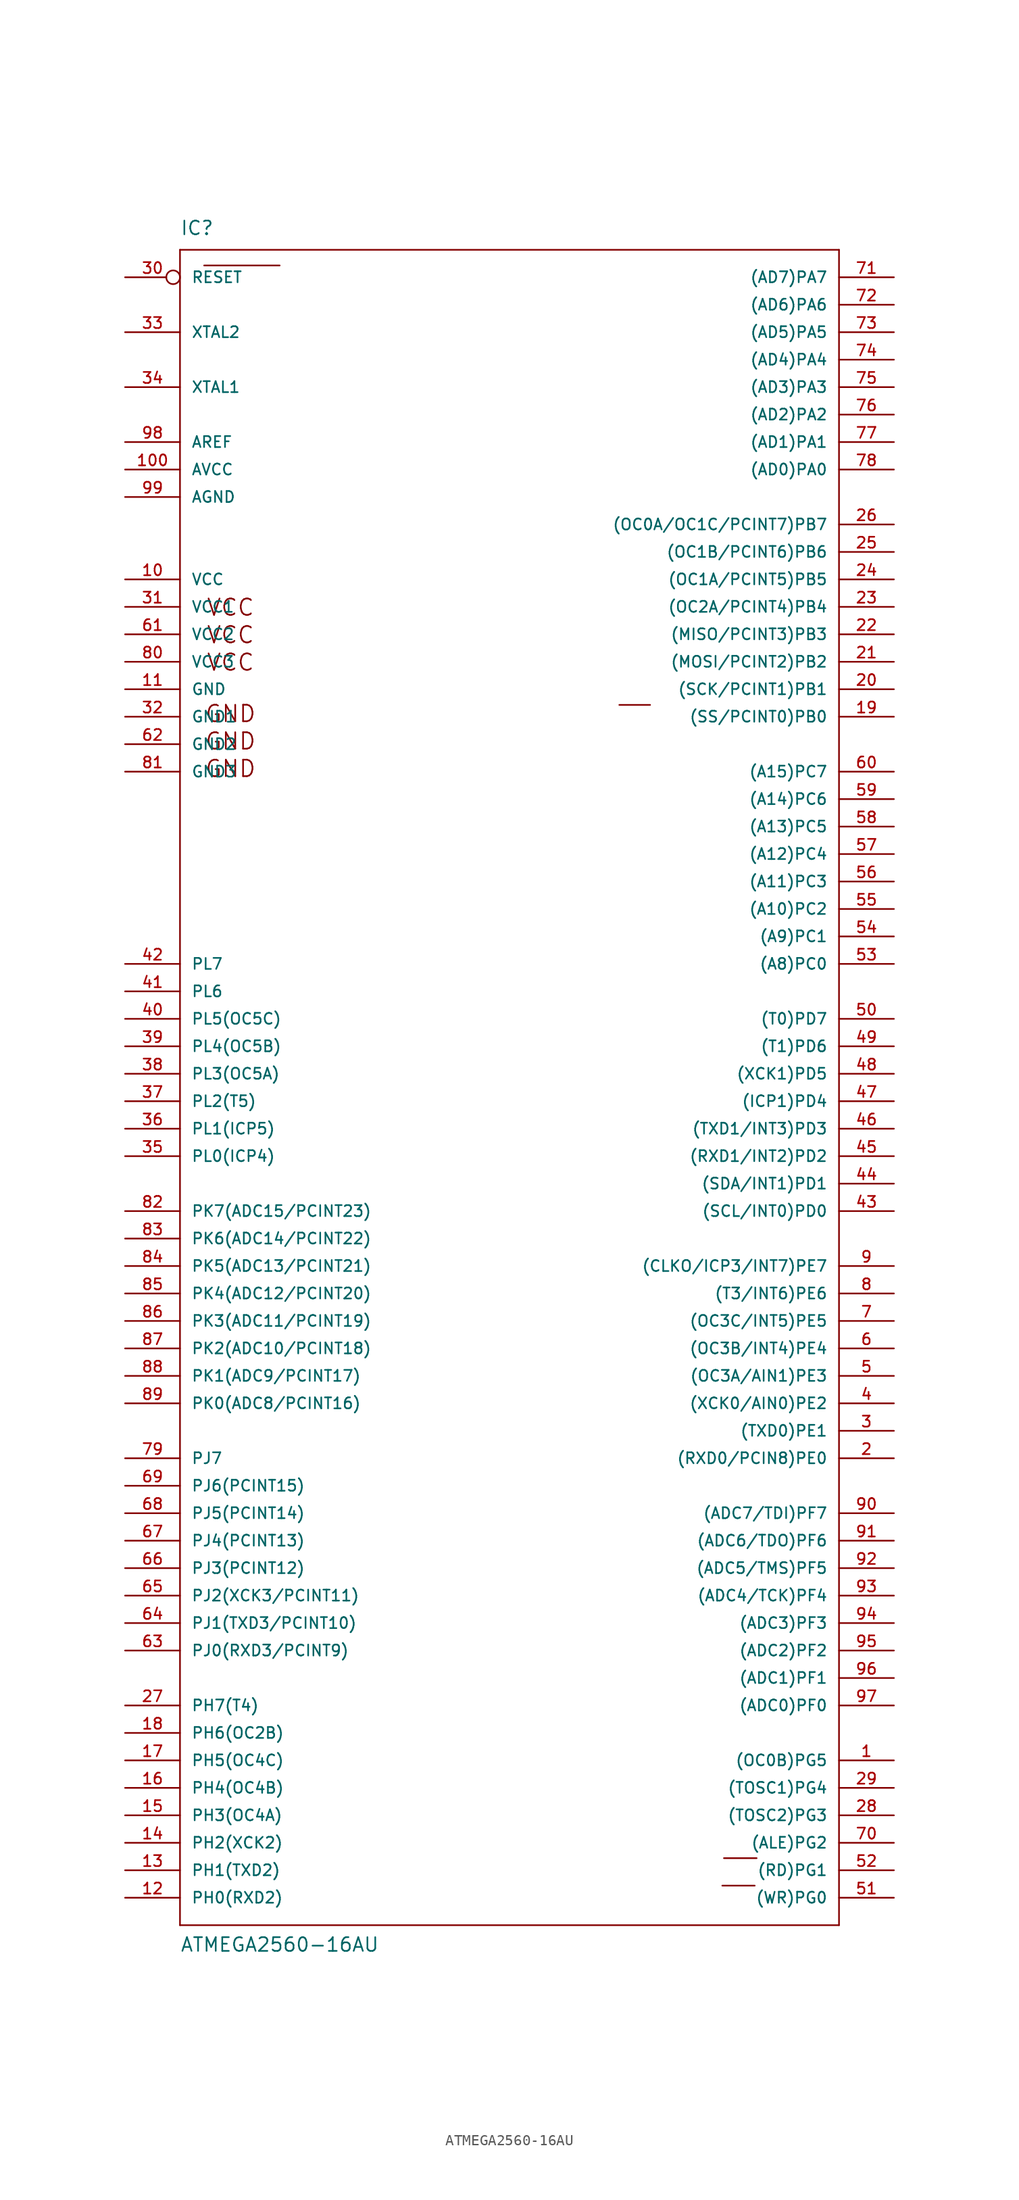
<source format=kicad_sym>
(kicad_symbol_lib
  (version 20211014)
  (generator kicad_symbol_editor)
  (symbol "ATMEGA2560-16AU"
    (pin_names
      (offset 1.016))
    (property "Reference" "IC"
      (at -30.48 80.01 0)
      (effects (font (size 1.27 1.27)) (justify left bottom)))
    (property "Value" "ATMEGA2560-16AU"
      (at -30.48 -78.74 0)
      (effects (font (size 1.27 1.27)) (justify left bottom)))
    (property "Datasheet" ""
      (at 0 0 0)
      (effects (font (size 1.524 1.524))))
    (property "ki_locked" ""
      (at 0 0 0)
      (effects (font (size 1.27 1.27))))
    (symbol "ATMEGA2560-16AU_1_0"
      (polyline (pts (xy -30.48 -76.2) (xy -30.48 78.74)) (stroke (width 0) (type default) (color 0 0 0 0)) (fill (type none)))
      (polyline (pts (xy -30.48 78.74) (xy 30.48 78.74)) (stroke (width 0) (type default) (color 0 0 0 0)) (fill (type none)))
      (polyline (pts (xy -28.245 77.292) (xy -21.26 77.292)) (stroke (width 0) (type default) (color 0 0 0 0)) (fill (type none)))
      (polyline (pts (xy 10.16 36.652) (xy 13.005 36.652)) (stroke (width 0) (type default) (color 0 0 0 0)) (fill (type none)))
      (polyline (pts (xy 19.685 -72.542) (xy 22.682 -72.542)) (stroke (width 0) (type default) (color 0 0 0 0)) (fill (type none)))
      (polyline (pts (xy 19.837 -70.002) (xy 22.86 -70.002)) (stroke (width 0) (type default) (color 0 0 0 0)) (fill (type none)))
      (polyline (pts (xy 30.48 -76.2) (xy -30.48 -76.2)) (stroke (width 0) (type default) (color 0 0 0 0)) (fill (type none)))
      (polyline (pts (xy 30.48 78.74) (xy 30.48 -76.2)) (stroke (width 0) (type default) (color 0 0 0 0)) (fill (type none)))
      (text "GND" (at -25.806 30.759 0) (effects (font (size 1.524 1.524))))
      (text "GND" (at -25.806 33.299 0) (effects (font (size 1.524 1.524))))
      (text "GND" (at -25.806 35.839 0) (effects (font (size 1.524 1.524))))
      (text "VCC" (at -25.806 40.589 0) (effects (font (size 1.524 1.524))))
      (text "VCC" (at -25.806 43.129 0) (effects (font (size 1.524 1.524))))
      (text "VCC" (at -25.806 45.669 0) (effects (font (size 1.524 1.524)))))
    (symbol "ATMEGA2560-16AU_1_1"
      (pin bidirectional line (at 35.56 -60.96 180) (length 5.08) (name "(OC0B)PG5" (effects (font (size 1.016 1.016)))) (number "1" (effects (font (size 1.016 1.016)))))
      (pin power_in line (at -35.56 48.26 0) (length 5.08) (name "VCC" (effects (font (size 1.016 1.016)))) (number "10" (effects (font (size 1.016 1.016)))))
      (pin power_in line (at -35.56 58.42 0) (length 5.08) (name "AVCC" (effects (font (size 1.016 1.016)))) (number "100" (effects (font (size 1.016 1.016)))))
      (pin power_in line (at -35.56 38.1 0) (length 5.08) (name "GND" (effects (font (size 1.016 1.016)))) (number "11" (effects (font (size 1.016 1.016)))))
      (pin bidirectional line (at -35.56 -73.66 0) (length 5.08) (name "PH0(RXD2)" (effects (font (size 1.016 1.016)))) (number "12" (effects (font (size 1.016 1.016)))))
      (pin bidirectional line (at -35.56 -71.12 0) (length 5.08) (name "PH1(TXD2)" (effects (font (size 1.016 1.016)))) (number "13" (effects (font (size 1.016 1.016)))))
      (pin bidirectional line (at -35.56 -68.58 0) (length 5.08) (name "PH2(XCK2)" (effects (font (size 1.016 1.016)))) (number "14" (effects (font (size 1.016 1.016)))))
      (pin bidirectional line (at -35.56 -66.04 0) (length 5.08) (name "PH3(OC4A)" (effects (font (size 1.016 1.016)))) (number "15" (effects (font (size 1.016 1.016)))))
      (pin bidirectional line (at -35.56 -63.5 0) (length 5.08) (name "PH4(OC4B)" (effects (font (size 1.016 1.016)))) (number "16" (effects (font (size 1.016 1.016)))))
      (pin bidirectional line (at -35.56 -60.96 0) (length 5.08) (name "PH5(OC4C)" (effects (font (size 1.016 1.016)))) (number "17" (effects (font (size 1.016 1.016)))))
      (pin bidirectional line (at -35.56 -58.42 0) (length 5.08) (name "PH6(OC2B)" (effects (font (size 1.016 1.016)))) (number "18" (effects (font (size 1.016 1.016)))))
      (pin bidirectional line (at 35.56 35.56 180) (length 5.08) (name "(SS/PCINT0)PB0" (effects (font (size 1.016 1.016)))) (number "19" (effects (font (size 1.016 1.016)))))
      (pin bidirectional line (at 35.56 -33.02 180) (length 5.08) (name "(RXD0/PCIN8)PE0" (effects (font (size 1.016 1.016)))) (number "2" (effects (font (size 1.016 1.016)))))
      (pin bidirectional line (at 35.56 38.1 180) (length 5.08) (name "(SCK/PCINT1)PB1" (effects (font (size 1.016 1.016)))) (number "20" (effects (font (size 1.016 1.016)))))
      (pin bidirectional line (at 35.56 40.64 180) (length 5.08) (name "(MOSI/PCINT2)PB2" (effects (font (size 1.016 1.016)))) (number "21" (effects (font (size 1.016 1.016)))))
      (pin bidirectional line (at 35.56 43.18 180) (length 5.08) (name "(MISO/PCINT3)PB3" (effects (font (size 1.016 1.016)))) (number "22" (effects (font (size 1.016 1.016)))))
      (pin bidirectional line (at 35.56 45.72 180) (length 5.08) (name "(OC2A/PCINT4)PB4" (effects (font (size 1.016 1.016)))) (number "23" (effects (font (size 1.016 1.016)))))
      (pin bidirectional line (at 35.56 48.26 180) (length 5.08) (name "(OC1A/PCINT5)PB5" (effects (font (size 1.016 1.016)))) (number "24" (effects (font (size 1.016 1.016)))))
      (pin bidirectional line (at 35.56 50.8 180) (length 5.08) (name "(OC1B/PCINT6)PB6" (effects (font (size 1.016 1.016)))) (number "25" (effects (font (size 1.016 1.016)))))
      (pin bidirectional line (at 35.56 53.34 180) (length 5.08) (name "(OC0A/OC1C/PCINT7)PB7" (effects (font (size 1.016 1.016)))) (number "26" (effects (font (size 1.016 1.016)))))
      (pin bidirectional line (at -35.56 -55.88 0) (length 5.08) (name "PH7(T4)" (effects (font (size 1.016 1.016)))) (number "27" (effects (font (size 1.016 1.016)))))
      (pin bidirectional line (at 35.56 -66.04 180) (length 5.08) (name "(TOSC2)PG3" (effects (font (size 1.016 1.016)))) (number "28" (effects (font (size 1.016 1.016)))))
      (pin bidirectional line (at 35.56 -63.5 180) (length 5.08) (name "(TOSC1)PG4" (effects (font (size 1.016 1.016)))) (number "29" (effects (font (size 1.016 1.016)))))
      (pin bidirectional line (at 35.56 -30.48 180) (length 5.08) (name "(TXD0)PE1" (effects (font (size 1.016 1.016)))) (number "3" (effects (font (size 1.016 1.016)))))
      (pin input inverted (at -35.56 76.2 0) (length 5.08) (name "RESET" (effects (font (size 1.016 1.016)))) (number "30" (effects (font (size 1.016 1.016)))))
      (pin power_in line (at -35.56 45.72 0) (length 5.08) (name "VCC1" (effects (font (size 1.016 1.016)))) (number "31" (effects (font (size 1.016 1.016)))))
      (pin power_in line (at -35.56 35.56 0) (length 5.08) (name "GND1" (effects (font (size 1.016 1.016)))) (number "32" (effects (font (size 1.016 1.016)))))
      (pin output line (at -35.56 71.12 0) (length 5.08) (name "XTAL2" (effects (font (size 1.016 1.016)))) (number "33" (effects (font (size 1.016 1.016)))))
      (pin input line (at -35.56 66.04 0) (length 5.08) (name "XTAL1" (effects (font (size 1.016 1.016)))) (number "34" (effects (font (size 1.016 1.016)))))
      (pin bidirectional line (at -35.56 -5.08 0) (length 5.08) (name "PL0(ICP4)" (effects (font (size 1.016 1.016)))) (number "35" (effects (font (size 1.016 1.016)))))
      (pin bidirectional line (at -35.56 -2.54 0) (length 5.08) (name "PL1(ICP5)" (effects (font (size 1.016 1.016)))) (number "36" (effects (font (size 1.016 1.016)))))
      (pin bidirectional line (at -35.56 0 0) (length 5.08) (name "PL2(T5)" (effects (font (size 1.016 1.016)))) (number "37" (effects (font (size 1.016 1.016)))))
      (pin bidirectional line (at -35.56 2.54 0) (length 5.08) (name "PL3(OC5A)" (effects (font (size 1.016 1.016)))) (number "38" (effects (font (size 1.016 1.016)))))
      (pin bidirectional line (at -35.56 5.08 0) (length 5.08) (name "PL4(OC5B)" (effects (font (size 1.016 1.016)))) (number "39" (effects (font (size 1.016 1.016)))))
      (pin bidirectional line (at 35.56 -27.94 180) (length 5.08) (name "(XCK0/AIN0)PE2" (effects (font (size 1.016 1.016)))) (number "4" (effects (font (size 1.016 1.016)))))
      (pin bidirectional line (at -35.56 7.62 0) (length 5.08) (name "PL5(OC5C)" (effects (font (size 1.016 1.016)))) (number "40" (effects (font (size 1.016 1.016)))))
      (pin bidirectional line (at -35.56 10.16 0) (length 5.08) (name "PL6" (effects (font (size 1.016 1.016)))) (number "41" (effects (font (size 1.016 1.016)))))
      (pin bidirectional line (at -35.56 12.7 0) (length 5.08) (name "PL7" (effects (font (size 1.016 1.016)))) (number "42" (effects (font (size 1.016 1.016)))))
      (pin bidirectional line (at 35.56 -10.16 180) (length 5.08) (name "(SCL/INT0)PD0" (effects (font (size 1.016 1.016)))) (number "43" (effects (font (size 1.016 1.016)))))
      (pin bidirectional line (at 35.56 -7.62 180) (length 5.08) (name "(SDA/INT1)PD1" (effects (font (size 1.016 1.016)))) (number "44" (effects (font (size 1.016 1.016)))))
      (pin bidirectional line (at 35.56 -5.08 180) (length 5.08) (name "(RXD1/INT2)PD2" (effects (font (size 1.016 1.016)))) (number "45" (effects (font (size 1.016 1.016)))))
      (pin bidirectional line (at 35.56 -2.54 180) (length 5.08) (name "(TXD1/INT3)PD3" (effects (font (size 1.016 1.016)))) (number "46" (effects (font (size 1.016 1.016)))))
      (pin bidirectional line (at 35.56 0 180) (length 5.08) (name "(ICP1)PD4" (effects (font (size 1.016 1.016)))) (number "47" (effects (font (size 1.016 1.016)))))
      (pin bidirectional line (at 35.56 2.54 180) (length 5.08) (name "(XCK1)PD5" (effects (font (size 1.016 1.016)))) (number "48" (effects (font (size 1.016 1.016)))))
      (pin bidirectional line (at 35.56 5.08 180) (length 5.08) (name "(T1)PD6" (effects (font (size 1.016 1.016)))) (number "49" (effects (font (size 1.016 1.016)))))
      (pin bidirectional line (at 35.56 -25.4 180) (length 5.08) (name "(OC3A/AIN1)PE3" (effects (font (size 1.016 1.016)))) (number "5" (effects (font (size 1.016 1.016)))))
      (pin bidirectional line (at 35.56 7.62 180) (length 5.08) (name "(T0)PD7" (effects (font (size 1.016 1.016)))) (number "50" (effects (font (size 1.016 1.016)))))
      (pin bidirectional line (at 35.56 -73.66 180) (length 5.08) (name "(WR)PG0" (effects (font (size 1.016 1.016)))) (number "51" (effects (font (size 1.016 1.016)))))
      (pin bidirectional line (at 35.56 -71.12 180) (length 5.08) (name "(RD)PG1" (effects (font (size 1.016 1.016)))) (number "52" (effects (font (size 1.016 1.016)))))
      (pin bidirectional line (at 35.56 12.7 180) (length 5.08) (name "(A8)PC0" (effects (font (size 1.016 1.016)))) (number "53" (effects (font (size 1.016 1.016)))))
      (pin bidirectional line (at 35.56 15.24 180) (length 5.08) (name "(A9)PC1" (effects (font (size 1.016 1.016)))) (number "54" (effects (font (size 1.016 1.016)))))
      (pin bidirectional line (at 35.56 17.78 180) (length 5.08) (name "(A10)PC2" (effects (font (size 1.016 1.016)))) (number "55" (effects (font (size 1.016 1.016)))))
      (pin bidirectional line (at 35.56 20.32 180) (length 5.08) (name "(A11)PC3" (effects (font (size 1.016 1.016)))) (number "56" (effects (font (size 1.016 1.016)))))
      (pin bidirectional line (at 35.56 22.86 180) (length 5.08) (name "(A12)PC4" (effects (font (size 1.016 1.016)))) (number "57" (effects (font (size 1.016 1.016)))))
      (pin bidirectional line (at 35.56 25.4 180) (length 5.08) (name "(A13)PC5" (effects (font (size 1.016 1.016)))) (number "58" (effects (font (size 1.016 1.016)))))
      (pin bidirectional line (at 35.56 27.94 180) (length 5.08) (name "(A14)PC6" (effects (font (size 1.016 1.016)))) (number "59" (effects (font (size 1.016 1.016)))))
      (pin bidirectional line (at 35.56 -22.86 180) (length 5.08) (name "(OC3B/INT4)PE4" (effects (font (size 1.016 1.016)))) (number "6" (effects (font (size 1.016 1.016)))))
      (pin bidirectional line (at 35.56 30.48 180) (length 5.08) (name "(A15)PC7" (effects (font (size 1.016 1.016)))) (number "60" (effects (font (size 1.016 1.016)))))
      (pin power_in line (at -35.56 43.18 0) (length 5.08) (name "VCC2" (effects (font (size 1.016 1.016)))) (number "61" (effects (font (size 1.016 1.016)))))
      (pin power_in line (at -35.56 33.02 0) (length 5.08) (name "GND2" (effects (font (size 1.016 1.016)))) (number "62" (effects (font (size 1.016 1.016)))))
      (pin bidirectional line (at -35.56 -50.8 0) (length 5.08) (name "PJ0(RXD3/PCINT9)" (effects (font (size 1.016 1.016)))) (number "63" (effects (font (size 1.016 1.016)))))
      (pin bidirectional line (at -35.56 -48.26 0) (length 5.08) (name "PJ1(TXD3/PCINT10)" (effects (font (size 1.016 1.016)))) (number "64" (effects (font (size 1.016 1.016)))))
      (pin bidirectional line (at -35.56 -45.72 0) (length 5.08) (name "PJ2(XCK3/PCINT11)" (effects (font (size 1.016 1.016)))) (number "65" (effects (font (size 1.016 1.016)))))
      (pin bidirectional line (at -35.56 -43.18 0) (length 5.08) (name "PJ3(PCINT12)" (effects (font (size 1.016 1.016)))) (number "66" (effects (font (size 1.016 1.016)))))
      (pin bidirectional line (at -35.56 -40.64 0) (length 5.08) (name "PJ4(PCINT13)" (effects (font (size 1.016 1.016)))) (number "67" (effects (font (size 1.016 1.016)))))
      (pin bidirectional line (at -35.56 -38.1 0) (length 5.08) (name "PJ5(PCINT14)" (effects (font (size 1.016 1.016)))) (number "68" (effects (font (size 1.016 1.016)))))
      (pin bidirectional line (at -35.56 -35.56 0) (length 5.08) (name "PJ6(PCINT15)" (effects (font (size 1.016 1.016)))) (number "69" (effects (font (size 1.016 1.016)))))
      (pin bidirectional line (at 35.56 -20.32 180) (length 5.08) (name "(OC3C/INT5)PE5" (effects (font (size 1.016 1.016)))) (number "7" (effects (font (size 1.016 1.016)))))
      (pin bidirectional line (at 35.56 -68.58 180) (length 5.08) (name "(ALE)PG2" (effects (font (size 1.016 1.016)))) (number "70" (effects (font (size 1.016 1.016)))))
      (pin bidirectional line (at 35.56 76.2 180) (length 5.08) (name "(AD7)PA7" (effects (font (size 1.016 1.016)))) (number "71" (effects (font (size 1.016 1.016)))))
      (pin bidirectional line (at 35.56 73.66 180) (length 5.08) (name "(AD6)PA6" (effects (font (size 1.016 1.016)))) (number "72" (effects (font (size 1.016 1.016)))))
      (pin bidirectional line (at 35.56 71.12 180) (length 5.08) (name "(AD5)PA5" (effects (font (size 1.016 1.016)))) (number "73" (effects (font (size 1.016 1.016)))))
      (pin bidirectional line (at 35.56 68.58 180) (length 5.08) (name "(AD4)PA4" (effects (font (size 1.016 1.016)))) (number "74" (effects (font (size 1.016 1.016)))))
      (pin bidirectional line (at 35.56 66.04 180) (length 5.08) (name "(AD3)PA3" (effects (font (size 1.016 1.016)))) (number "75" (effects (font (size 1.016 1.016)))))
      (pin bidirectional line (at 35.56 63.5 180) (length 5.08) (name "(AD2)PA2" (effects (font (size 1.016 1.016)))) (number "76" (effects (font (size 1.016 1.016)))))
      (pin bidirectional line (at 35.56 60.96 180) (length 5.08) (name "(AD1)PA1" (effects (font (size 1.016 1.016)))) (number "77" (effects (font (size 1.016 1.016)))))
      (pin bidirectional line (at 35.56 58.42 180) (length 5.08) (name "(AD0)PA0" (effects (font (size 1.016 1.016)))) (number "78" (effects (font (size 1.016 1.016)))))
      (pin bidirectional line (at -35.56 -33.02 0) (length 5.08) (name "PJ7" (effects (font (size 1.016 1.016)))) (number "79" (effects (font (size 1.016 1.016)))))
      (pin bidirectional line (at 35.56 -17.78 180) (length 5.08) (name "(T3/INT6)PE6" (effects (font (size 1.016 1.016)))) (number "8" (effects (font (size 1.016 1.016)))))
      (pin power_in line (at -35.56 40.64 0) (length 5.08) (name "VCC3" (effects (font (size 1.016 1.016)))) (number "80" (effects (font (size 1.016 1.016)))))
      (pin power_in line (at -35.56 30.48 0) (length 5.08) (name "GND3" (effects (font (size 1.016 1.016)))) (number "81" (effects (font (size 1.016 1.016)))))
      (pin bidirectional line (at -35.56 -10.16 0) (length 5.08) (name "PK7(ADC15/PCINT23)" (effects (font (size 1.016 1.016)))) (number "82" (effects (font (size 1.016 1.016)))))
      (pin bidirectional line (at -35.56 -12.7 0) (length 5.08) (name "PK6(ADC14/PCINT22)" (effects (font (size 1.016 1.016)))) (number "83" (effects (font (size 1.016 1.016)))))
      (pin bidirectional line (at -35.56 -15.24 0) (length 5.08) (name "PK5(ADC13/PCINT21)" (effects (font (size 1.016 1.016)))) (number "84" (effects (font (size 1.016 1.016)))))
      (pin bidirectional line (at -35.56 -17.78 0) (length 5.08) (name "PK4(ADC12/PCINT20)" (effects (font (size 1.016 1.016)))) (number "85" (effects (font (size 1.016 1.016)))))
      (pin bidirectional line (at -35.56 -20.32 0) (length 5.08) (name "PK3(ADC11/PCINT19)" (effects (font (size 1.016 1.016)))) (number "86" (effects (font (size 1.016 1.016)))))
      (pin bidirectional line (at -35.56 -22.86 0) (length 5.08) (name "PK2(ADC10/PCINT18)" (effects (font (size 1.016 1.016)))) (number "87" (effects (font (size 1.016 1.016)))))
      (pin bidirectional line (at -35.56 -25.4 0) (length 5.08) (name "PK1(ADC9/PCINT17)" (effects (font (size 1.016 1.016)))) (number "88" (effects (font (size 1.016 1.016)))))
      (pin bidirectional line (at -35.56 -27.94 0) (length 5.08) (name "PK0(ADC8/PCINT16)" (effects (font (size 1.016 1.016)))) (number "89" (effects (font (size 1.016 1.016)))))
      (pin bidirectional line (at 35.56 -15.24 180) (length 5.08) (name "(CLKO/ICP3/INT7)PE7" (effects (font (size 1.016 1.016)))) (number "9" (effects (font (size 1.016 1.016)))))
      (pin bidirectional line (at 35.56 -38.1 180) (length 5.08) (name "(ADC7/TDI)PF7" (effects (font (size 1.016 1.016)))) (number "90" (effects (font (size 1.016 1.016)))))
      (pin bidirectional line (at 35.56 -40.64 180) (length 5.08) (name "(ADC6/TDO)PF6" (effects (font (size 1.016 1.016)))) (number "91" (effects (font (size 1.016 1.016)))))
      (pin bidirectional line (at 35.56 -43.18 180) (length 5.08) (name "(ADC5/TMS)PF5" (effects (font (size 1.016 1.016)))) (number "92" (effects (font (size 1.016 1.016)))))
      (pin bidirectional line (at 35.56 -45.72 180) (length 5.08) (name "(ADC4/TCK)PF4" (effects (font (size 1.016 1.016)))) (number "93" (effects (font (size 1.016 1.016)))))
      (pin bidirectional line (at 35.56 -48.26 180) (length 5.08) (name "(ADC3)PF3" (effects (font (size 1.016 1.016)))) (number "94" (effects (font (size 1.016 1.016)))))
      (pin bidirectional line (at 35.56 -50.8 180) (length 5.08) (name "(ADC2)PF2" (effects (font (size 1.016 1.016)))) (number "95" (effects (font (size 1.016 1.016)))))
      (pin bidirectional line (at 35.56 -53.34 180) (length 5.08) (name "(ADC1)PF1" (effects (font (size 1.016 1.016)))) (number "96" (effects (font (size 1.016 1.016)))))
      (pin bidirectional line (at 35.56 -55.88 180) (length 5.08) (name "(ADC0)PF0" (effects (font (size 1.016 1.016)))) (number "97" (effects (font (size 1.016 1.016)))))
      (pin bidirectional line (at -35.56 60.96 0) (length 5.08) (name "AREF" (effects (font (size 1.016 1.016)))) (number "98" (effects (font (size 1.016 1.016)))))
      (pin power_in line (at -35.56 55.88 0) (length 5.08) (name "AGND" (effects (font (size 1.016 1.016)))) (number "99" (effects (font (size 1.016 1.016))))))))
</source>
